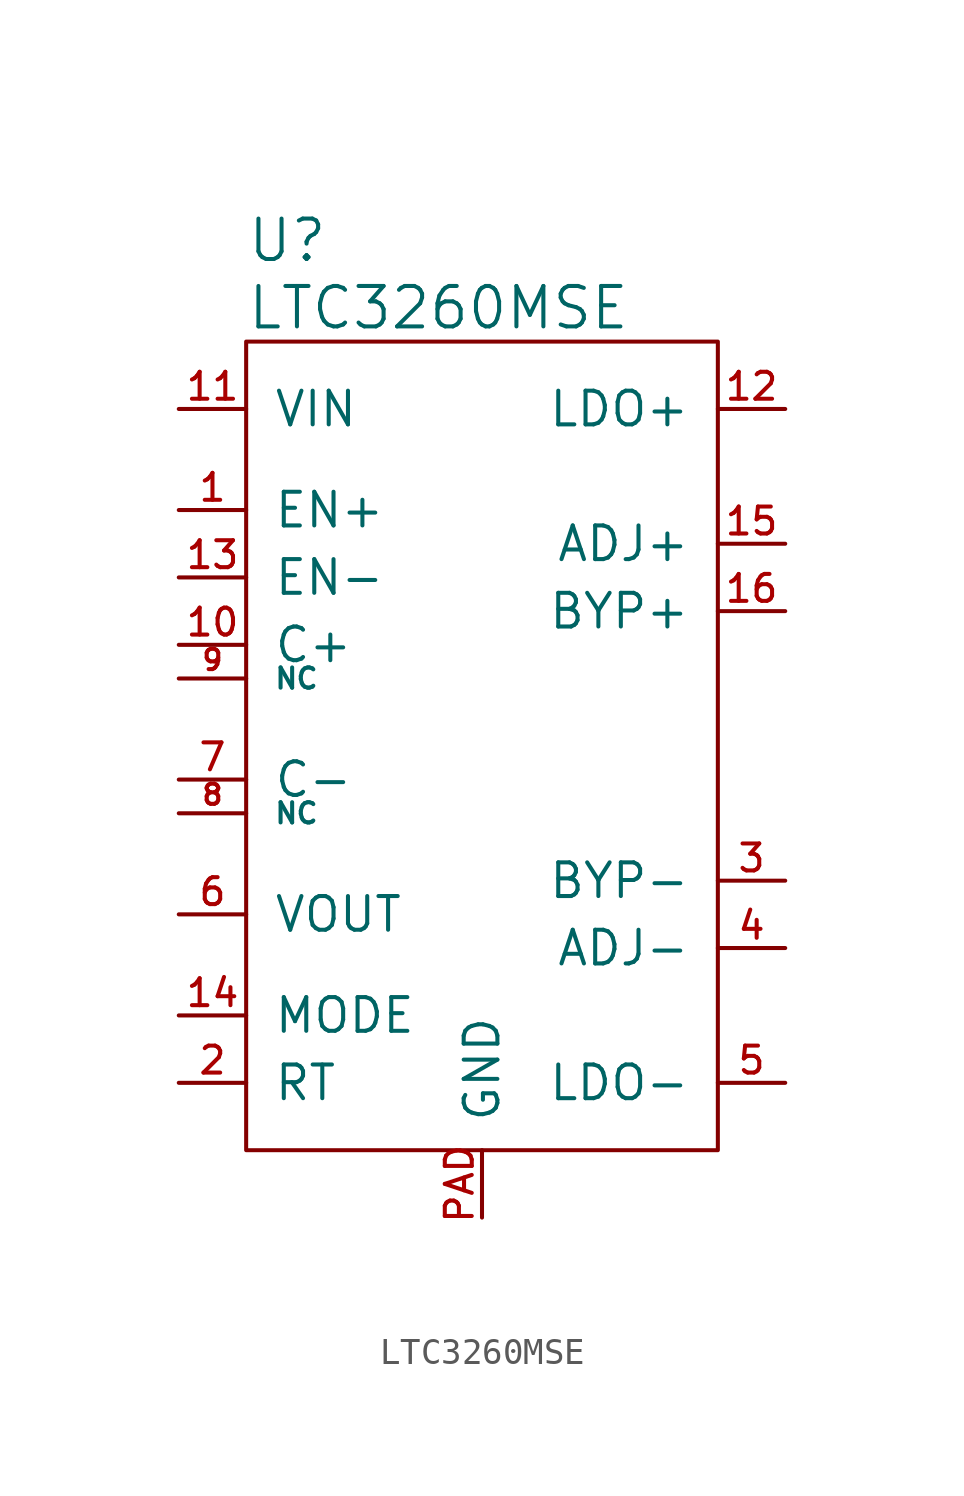
<source format=kicad_sym>
(kicad_symbol_lib
  (version 20211014)
  (generator kicad_symbol_editor)
  (symbol "LTC3260MSE"
    (pin_names
      (offset 1.016))
    (property "Reference" "U"
      (at -8.89 -2.54 0)
      (effects (font (size 1.524 1.524)) (justify left)))
    (property "Value" "LTC3260MSE"
      (at -8.89 -5.08 0)
      (effects (font (size 1.524 1.524)) (justify left)))
    (symbol "LTC3260MSE_0_1"
      (rectangle (start -8.89 -6.35) (end 8.89 -36.83) (stroke (width 0) (type default) (color 0 0 0 0)) (fill (type none))))
    (symbol "LTC3260MSE_1_1"
      (pin input line (at -11.43 -12.7 0) (length 2.54) (name "EN+" (effects (font (size 1.27 1.27)))) (number "1" (effects (font (size 1.016 1.016)))))
      (pin passive line (at -11.43 -17.78 0) (length 2.54) (name "C+" (effects (font (size 1.27 1.27)))) (number "10" (effects (font (size 1.016 1.016)))))
      (pin power_in line (at -11.43 -8.89 0) (length 2.54) (name "VIN" (effects (font (size 1.27 1.27)))) (number "11" (effects (font (size 1.016 1.016)))))
      (pin power_out line (at 11.43 -8.89 180) (length 2.54) (name "LDO+" (effects (font (size 1.27 1.27)))) (number "12" (effects (font (size 1.016 1.016)))))
      (pin input line (at -11.43 -15.24 0) (length 2.54) (name "EN-" (effects (font (size 1.27 1.27)))) (number "13" (effects (font (size 1.016 1.016)))))
      (pin input line (at -11.43 -31.75 0) (length 2.54) (name "MODE" (effects (font (size 1.27 1.27)))) (number "14" (effects (font (size 1.016 1.016)))))
      (pin passive line (at 11.43 -13.97 180) (length 2.54) (name "ADJ+" (effects (font (size 1.27 1.27)))) (number "15" (effects (font (size 1.016 1.016)))))
      (pin passive line (at 11.43 -16.51 180) (length 2.54) (name "BYP+" (effects (font (size 1.27 1.27)))) (number "16" (effects (font (size 1.016 1.016)))))
      (pin passive line (at -11.43 -34.29 0) (length 2.54) (name "RT" (effects (font (size 1.27 1.27)))) (number "2" (effects (font (size 1.016 1.016)))))
      (pin passive line (at 11.43 -26.67 180) (length 2.54) (name "BYP-" (effects (font (size 1.27 1.27)))) (number "3" (effects (font (size 1.016 1.016)))))
      (pin passive line (at 11.43 -29.21 180) (length 2.54) (name "ADJ-" (effects (font (size 1.27 1.27)))) (number "4" (effects (font (size 1.016 1.016)))))
      (pin power_out line (at 11.43 -34.29 180) (length 2.54) (name "LDO-" (effects (font (size 1.27 1.27)))) (number "5" (effects (font (size 1.016 1.016)))))
      (pin power_out line (at -11.43 -27.94 0) (length 2.54) (name "VOUT" (effects (font (size 1.27 1.27)))) (number "6" (effects (font (size 1.016 1.016)))))
      (pin passive line (at -11.43 -22.86 0) (length 2.54) (name "C-" (effects (font (size 1.27 1.27)))) (number "7" (effects (font (size 1.016 1.016)))))
      (pin passive line (at -11.43 -24.13 0) (length 2.54) (name "NC" (effects (font (size 0.762 0.762)))) (number "8" (effects (font (size 0.762 0.762)))))
      (pin passive line (at -11.43 -19.05 0) (length 2.54) (name "NC" (effects (font (size 0.762 0.762)))) (number "9" (effects (font (size 0.762 0.762)))))
      (pin power_in line (at 0 -39.37 90) (length 2.54) (name "GND" (effects (font (size 1.27 1.27)))) (number "PAD" (effects (font (size 1.016 1.016))))))))
</source>
